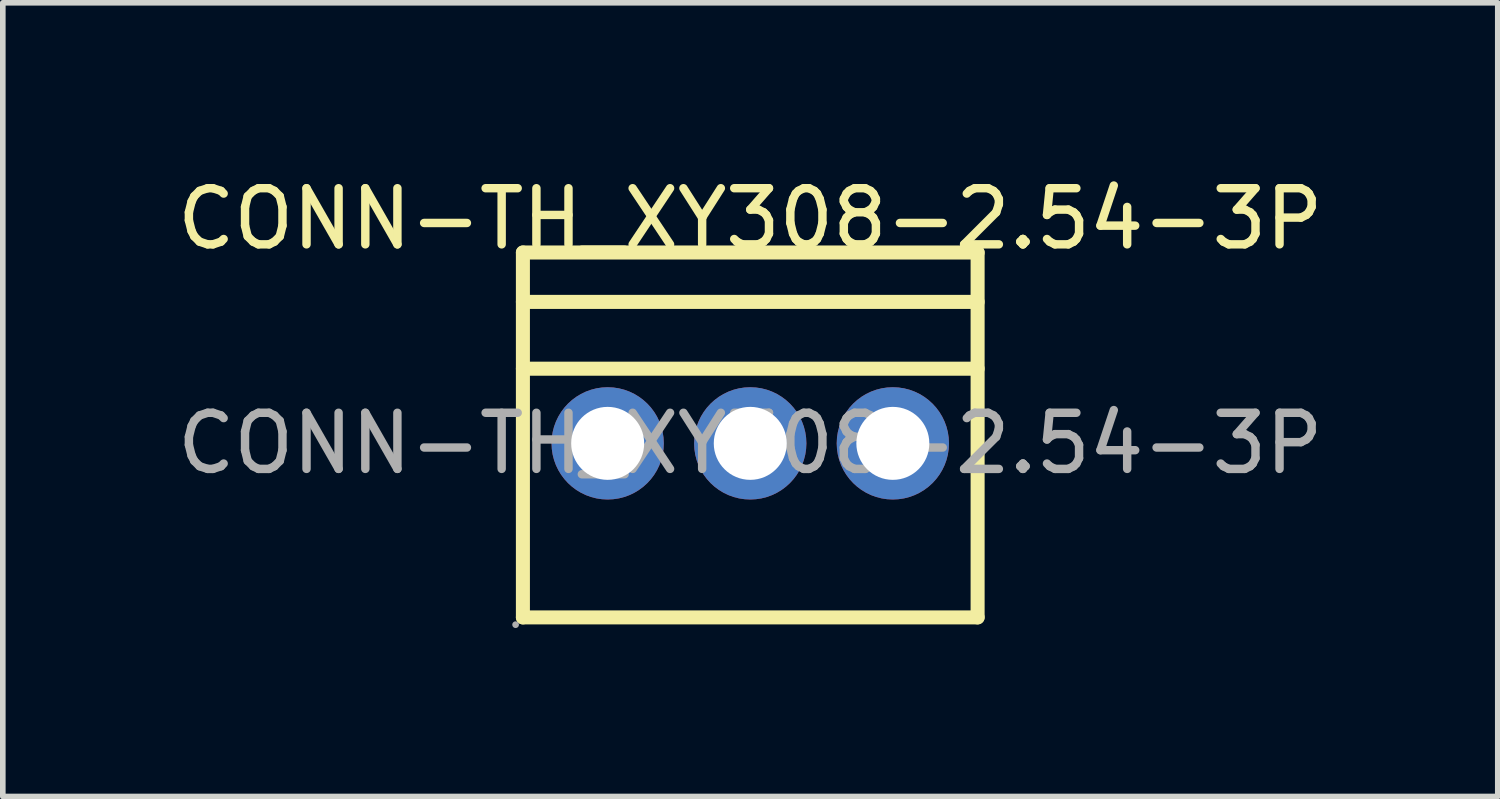
<source format=kicad_pcb>
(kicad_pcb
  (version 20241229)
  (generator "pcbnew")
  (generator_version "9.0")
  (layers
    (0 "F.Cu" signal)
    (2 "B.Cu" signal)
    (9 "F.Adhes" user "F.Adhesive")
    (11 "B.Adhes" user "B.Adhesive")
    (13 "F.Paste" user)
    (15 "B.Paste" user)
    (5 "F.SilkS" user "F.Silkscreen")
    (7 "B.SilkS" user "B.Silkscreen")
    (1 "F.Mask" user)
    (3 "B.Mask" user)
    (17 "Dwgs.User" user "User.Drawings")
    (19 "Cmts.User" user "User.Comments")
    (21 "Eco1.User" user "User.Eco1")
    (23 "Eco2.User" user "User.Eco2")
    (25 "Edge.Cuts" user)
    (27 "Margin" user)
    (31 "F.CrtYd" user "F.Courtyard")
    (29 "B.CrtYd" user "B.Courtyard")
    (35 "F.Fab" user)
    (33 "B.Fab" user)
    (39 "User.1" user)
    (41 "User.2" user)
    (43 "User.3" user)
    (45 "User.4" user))
  (footprint "CONN-TH_XY308-2.54-3P"
    (layer "F.Cu")
    (at 10.315 4.848)
    (property "Reference" "CONN-TH_XY308-2.54-3P" (at 0 -4 0) (layer "F.SilkS") (effects (font (size 1 1) (thickness 0.15))))
    (attr through_hole)
    (fp_line (start -4.05 -3.4) (end -4.05 3.1) (stroke (width 0.25) (type solid)) (layer "F.SilkS"))
    (fp_line (start -4.05 -3.4) (end 4.05 -3.4) (stroke (width 0.25) (type solid)) (layer "F.SilkS"))
    (fp_line (start -4.05 -2.52) (end 4.05 -2.52) (stroke (width 0.25) (type solid)) (layer "F.SilkS"))
    (fp_line (start -4.05 -1.33) (end 4.05 -1.33) (stroke (width 0.25) (type solid)) (layer "F.SilkS"))
    (fp_line (start -4.05 3.1) (end 4.05 3.1) (stroke (width 0.25) (type solid)) (layer "F.SilkS"))
    (fp_line (start 4.05 -3.4) (end 4.05 3.1) (stroke (width 0.25) (type solid)) (layer "F.SilkS"))
    (fp_circle (center -4.18 3.23) (end -4.15 3.23) (stroke (width 0.06) (type solid)) (fill no) (layer "F.Fab"))
    (fp_circle (center -2.54 0) (end -2.26 0) (stroke (width 0.55) (type solid)) (fill no) (layer "F.Fab"))
    (fp_circle (center 0 0) (end 0.28 0) (stroke (width 0.55) (type solid)) (fill no) (layer "F.Fab"))
    (fp_circle (center 2.54 0) (end 2.82 0) (stroke (width 0.55) (type solid)) (fill no) (layer "F.Fab"))
    (fp_text user "${REFERENCE}" (at 0 0 0) (layer "F.Fab") (effects (font (size 1 1) (thickness 0.15))))
    (pad "1" thru_hole circle (at -2.54 0) (size 2 2) (drill 1.3) (layers "*.Cu" "*.Mask"))
    (pad "2" thru_hole circle (at 0 0) (size 2 2) (drill 1.3) (layers "*.Cu" "*.Mask"))
    (pad "3" thru_hole circle (at 2.54 0) (size 2 2) (drill 1.3) (layers "*.Cu" "*.Mask")))
  (gr_rect
    (start -3 -3)
    (end 23.631 11.138)
    (stroke (width 0.1) (type default))
    (fill no)
    (layer "Edge.Cuts")))
</source>
